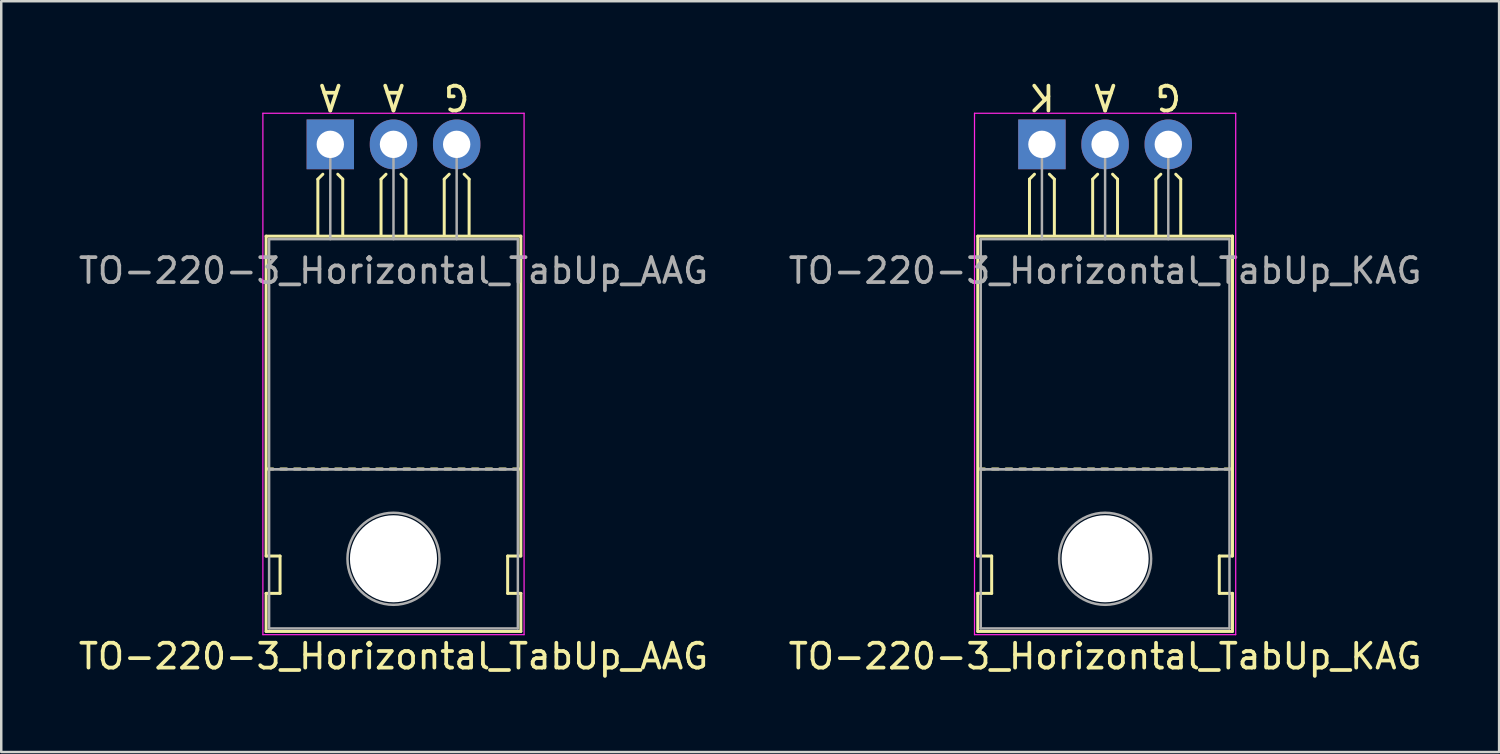
<source format=kicad_pcb>
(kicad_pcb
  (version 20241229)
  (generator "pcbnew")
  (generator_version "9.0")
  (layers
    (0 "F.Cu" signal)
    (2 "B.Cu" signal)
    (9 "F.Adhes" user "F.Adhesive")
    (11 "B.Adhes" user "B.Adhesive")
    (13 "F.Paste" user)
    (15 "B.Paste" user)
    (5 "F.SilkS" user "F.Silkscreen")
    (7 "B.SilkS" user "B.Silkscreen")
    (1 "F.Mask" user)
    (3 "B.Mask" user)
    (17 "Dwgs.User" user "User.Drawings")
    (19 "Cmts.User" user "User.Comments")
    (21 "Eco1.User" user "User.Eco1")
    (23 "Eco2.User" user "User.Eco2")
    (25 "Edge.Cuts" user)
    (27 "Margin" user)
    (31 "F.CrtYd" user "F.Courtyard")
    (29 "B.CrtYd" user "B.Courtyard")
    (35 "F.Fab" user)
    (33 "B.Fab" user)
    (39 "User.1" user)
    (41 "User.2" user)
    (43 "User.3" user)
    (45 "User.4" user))
  (footprint "TO-220-3_Horizontal_TabUp_KAG"
    (layer "F.Cu")
    (at 38.835 2.753)
    (property "Reference" "TO-220-3_Horizontal_TabUp_KAG" (at 2.54 20.58 0) (layer "F.SilkS") (effects (font (size 1 1) (thickness 0.15))))
    (fp_line (start -2.58 16.55) (end -2.58 3.69) (stroke (width 0.12) (type solid)) (layer "F.SilkS"))
    (fp_line (start -2.58 16.55) (end -2.02 16.55) (stroke (width 0.12) (type solid)) (layer "F.SilkS"))
    (fp_line (start -2.58 19.58) (end -2.58 18.05) (stroke (width 0.12) (type solid)) (layer "F.SilkS"))
    (fp_line (start -2.3 13.05) (end -2.55 13.05) (stroke (width 0.12) (type solid)) (layer "F.SilkS"))
    (fp_line (start -2.02 16.55) (end -2.02 18.05) (stroke (width 0.12) (type solid)) (layer "F.SilkS"))
    (fp_line (start -2.02 18.05) (end -2.58 18.05) (stroke (width 0.12) (type solid)) (layer "F.SilkS"))
    (fp_line (start -1.75 13.05) (end -2 13.05) (stroke (width 0.12) (type solid)) (layer "F.SilkS"))
    (fp_line (start -1.2 13.05) (end -1.45 13.05) (stroke (width 0.12) (type solid)) (layer "F.SilkS"))
    (fp_line (start -0.65 13.05) (end -0.9 13.05) (stroke (width 0.12) (type solid)) (layer "F.SilkS"))
    (fp_line (start -0.5 1.4) (end -0.3 1.2) (stroke (width 0.12) (type solid)) (layer "F.SilkS"))
    (fp_line (start -0.5 3.65) (end -0.5 1.4) (stroke (width 0.12) (type solid)) (layer "F.SilkS"))
    (fp_line (start -0.1 13.05) (end -0.35 13.05) (stroke (width 0.12) (type solid)) (layer "F.SilkS"))
    (fp_line (start 0.45 13.05) (end 0.2 13.05) (stroke (width 0.12) (type solid)) (layer "F.SilkS"))
    (fp_line (start 0.5 1.4) (end 0.3 1.2) (stroke (width 0.12) (type solid)) (layer "F.SilkS"))
    (fp_line (start 0.5 3.65) (end 0.5 1.4) (stroke (width 0.12) (type solid)) (layer "F.SilkS"))
    (fp_line (start 1 13.05) (end 0.75 13.05) (stroke (width 0.12) (type solid)) (layer "F.SilkS"))
    (fp_line (start 1.55 13.05) (end 1.3 13.05) (stroke (width 0.12) (type solid)) (layer "F.SilkS"))
    (fp_line (start 2.04 1.4) (end 2.24 1.2) (stroke (width 0.12) (type solid)) (layer "F.SilkS"))
    (fp_line (start 2.04 3.65) (end 2.04 1.4) (stroke (width 0.12) (type solid)) (layer "F.SilkS"))
    (fp_line (start 2.1 13.05) (end 1.85 13.05) (stroke (width 0.12) (type solid)) (layer "F.SilkS"))
    (fp_line (start 2.65 13.05) (end 2.4 13.05) (stroke (width 0.12) (type solid)) (layer "F.SilkS"))
    (fp_line (start 3.04 1.4) (end 2.84 1.2) (stroke (width 0.12) (type solid)) (layer "F.SilkS"))
    (fp_line (start 3.04 3.65) (end 3.04 1.4) (stroke (width 0.12) (type solid)) (layer "F.SilkS"))
    (fp_line (start 3.2 13.05) (end 2.95 13.05) (stroke (width 0.12) (type solid)) (layer "F.SilkS"))
    (fp_line (start 3.75 13.05) (end 3.5 13.05) (stroke (width 0.12) (type solid)) (layer "F.SilkS"))
    (fp_line (start 4.3 13.05) (end 4.05 13.05) (stroke (width 0.12) (type solid)) (layer "F.SilkS"))
    (fp_line (start 4.58 1.4) (end 4.78 1.2) (stroke (width 0.12) (type solid)) (layer "F.SilkS"))
    (fp_line (start 4.58 3.65) (end 4.58 1.4) (stroke (width 0.12) (type solid)) (layer "F.SilkS"))
    (fp_line (start 4.85 13.05) (end 4.6 13.05) (stroke (width 0.12) (type solid)) (layer "F.SilkS"))
    (fp_line (start 5.4 13.05) (end 5.15 13.05) (stroke (width 0.12) (type solid)) (layer "F.SilkS"))
    (fp_line (start 5.58 1.4) (end 5.38 1.2) (stroke (width 0.12) (type solid)) (layer "F.SilkS"))
    (fp_line (start 5.58 3.65) (end 5.58 1.4) (stroke (width 0.12) (type solid)) (layer "F.SilkS"))
    (fp_line (start 5.95 13.05) (end 5.7 13.05) (stroke (width 0.12) (type solid)) (layer "F.SilkS"))
    (fp_line (start 6.5 13.05) (end 6.25 13.05) (stroke (width 0.12) (type solid)) (layer "F.SilkS"))
    (fp_line (start 7.05 13.05) (end 6.8 13.05) (stroke (width 0.12) (type solid)) (layer "F.SilkS"))
    (fp_line (start 7.13 16.55) (end 7.655 16.55) (stroke (width 0.12) (type solid)) (layer "F.SilkS"))
    (fp_line (start 7.13 18.05) (end 7.13 16.55) (stroke (width 0.12) (type solid)) (layer "F.SilkS"))
    (fp_line (start 7.6 13.05) (end 7.35 13.05) (stroke (width 0.12) (type solid)) (layer "F.SilkS"))
    (fp_line (start 7.66 3.69) (end -2.58 3.69) (stroke (width 0.12) (type solid)) (layer "F.SilkS"))
    (fp_line (start 7.66 16.55) (end 7.66 3.69) (stroke (width 0.12) (type solid)) (layer "F.SilkS"))
    (fp_line (start 7.66 18.05) (end 7.13 18.05) (stroke (width 0.12) (type solid)) (layer "F.SilkS"))
    (fp_line (start 7.66 19.58) (end -2.58 19.58) (stroke (width 0.12) (type solid)) (layer "F.SilkS"))
    (fp_line (start 7.66 19.58) (end 7.66 18.05) (stroke (width 0.12) (type solid)) (layer "F.SilkS"))
    (fp_line (start -2.71 -1.25) (end -2.71 19.71) (stroke (width 0.05) (type solid)) (layer "F.CrtYd"))
    (fp_line (start -2.71 19.71) (end 7.79 19.71) (stroke (width 0.05) (type solid)) (layer "F.CrtYd"))
    (fp_line (start 7.79 -1.25) (end -2.71 -1.25) (stroke (width 0.05) (type solid)) (layer "F.CrtYd"))
    (fp_line (start 7.79 19.71) (end 7.79 -1.25) (stroke (width 0.05) (type solid)) (layer "F.CrtYd"))
    (fp_line (start -2.46 3.81) (end -2.46 13.06) (stroke (width 0.1) (type solid)) (layer "F.Fab"))
    (fp_line (start -2.46 13.06) (end -2.46 19.46) (stroke (width 0.1) (type solid)) (layer "F.Fab"))
    (fp_line (start -2.46 13.06) (end 7.54 13.06) (stroke (width 0.1) (type solid)) (layer "F.Fab"))
    (fp_line (start -2.46 19.46) (end 7.54 19.46) (stroke (width 0.1) (type solid)) (layer "F.Fab"))
    (fp_line (start 0 3.81) (end 0 0) (stroke (width 0.1) (type solid)) (layer "F.Fab"))
    (fp_line (start 2.54 3.81) (end 2.54 0) (stroke (width 0.1) (type solid)) (layer "F.Fab"))
    (fp_line (start 5.08 3.81) (end 5.08 0) (stroke (width 0.1) (type solid)) (layer "F.Fab"))
    (fp_line (start 7.54 3.81) (end -2.46 3.81) (stroke (width 0.1) (type solid)) (layer "F.Fab"))
    (fp_line (start 7.54 13.06) (end -2.46 13.06) (stroke (width 0.1) (type solid)) (layer "F.Fab"))
    (fp_line (start 7.54 13.06) (end 7.54 3.81) (stroke (width 0.1) (type solid)) (layer "F.Fab"))
    (fp_line (start 7.54 19.46) (end 7.54 13.06) (stroke (width 0.1) (type solid)) (layer "F.Fab"))
    (fp_circle (center 2.54 16.66) (end 4.39 16.66) (stroke (width 0.1) (type solid)) (fill no) (layer "F.Fab"))
    (fp_text user "A" (at 2.54 -1.905 180) (unlocked yes) (layer "F.SilkS") (effects (font (size 1 1) (thickness 0.15))))
    (fp_text user "K" (at 0 -1.905 180) (unlocked yes) (layer "F.SilkS") (effects (font (size 1 1) (thickness 0.15))))
    (fp_text user "G" (at 5.08 -1.905 180) (unlocked yes) (layer "F.SilkS") (effects (font (size 1 1) (thickness 0.15))))
    (fp_text user "${REFERENCE}" (at 2.54 5.08 0) (layer "F.Fab") (effects (font (size 1 1) (thickness 0.15))))
    (pad "" np_thru_hole oval (at 2.54 16.66) (size 3.5 3.5) (drill 3.5) (layers "*.Cu" "*.Mask"))
    (pad "1" thru_hole rect (at 0 0) (size 1.905 2) (drill 1.1) (layers "*.Cu" "*.Mask"))
    (pad "2" thru_hole oval (at 2.54 0) (size 1.905 2) (drill 1.1) (layers "*.Cu" "*.Mask"))
    (pad "3" thru_hole oval (at 5.08 0) (size 1.905 2) (drill 1.1) (layers "*.Cu" "*.Mask")))
  (footprint "TO-220-3_Horizontal_TabUp_AAG"
    (layer "F.Cu")
    (at 10.228 2.753)
    (property "Reference" "TO-220-3_Horizontal_TabUp_AAG" (at 2.54 20.58 0) (layer "F.SilkS") (effects (font (size 1 1) (thickness 0.15))))
    (fp_line (start -2.58 16.55) (end -2.58 3.69) (stroke (width 0.12) (type solid)) (layer "F.SilkS"))
    (fp_line (start -2.58 16.55) (end -2.02 16.55) (stroke (width 0.12) (type solid)) (layer "F.SilkS"))
    (fp_line (start -2.58 19.58) (end -2.58 18.05) (stroke (width 0.12) (type solid)) (layer "F.SilkS"))
    (fp_line (start -2.3 13.05) (end -2.55 13.05) (stroke (width 0.12) (type solid)) (layer "F.SilkS"))
    (fp_line (start -2.02 16.55) (end -2.02 18.05) (stroke (width 0.12) (type solid)) (layer "F.SilkS"))
    (fp_line (start -2.02 18.05) (end -2.58 18.05) (stroke (width 0.12) (type solid)) (layer "F.SilkS"))
    (fp_line (start -1.75 13.05) (end -2 13.05) (stroke (width 0.12) (type solid)) (layer "F.SilkS"))
    (fp_line (start -1.2 13.05) (end -1.45 13.05) (stroke (width 0.12) (type solid)) (layer "F.SilkS"))
    (fp_line (start -0.65 13.05) (end -0.9 13.05) (stroke (width 0.12) (type solid)) (layer "F.SilkS"))
    (fp_line (start -0.5 1.4) (end -0.3 1.2) (stroke (width 0.12) (type solid)) (layer "F.SilkS"))
    (fp_line (start -0.5 3.65) (end -0.5 1.4) (stroke (width 0.12) (type solid)) (layer "F.SilkS"))
    (fp_line (start -0.1 13.05) (end -0.35 13.05) (stroke (width 0.12) (type solid)) (layer "F.SilkS"))
    (fp_line (start 0.45 13.05) (end 0.2 13.05) (stroke (width 0.12) (type solid)) (layer "F.SilkS"))
    (fp_line (start 0.5 1.4) (end 0.3 1.2) (stroke (width 0.12) (type solid)) (layer "F.SilkS"))
    (fp_line (start 0.5 3.65) (end 0.5 1.4) (stroke (width 0.12) (type solid)) (layer "F.SilkS"))
    (fp_line (start 1 13.05) (end 0.75 13.05) (stroke (width 0.12) (type solid)) (layer "F.SilkS"))
    (fp_line (start 1.55 13.05) (end 1.3 13.05) (stroke (width 0.12) (type solid)) (layer "F.SilkS"))
    (fp_line (start 2.04 1.4) (end 2.24 1.2) (stroke (width 0.12) (type solid)) (layer "F.SilkS"))
    (fp_line (start 2.04 3.65) (end 2.04 1.4) (stroke (width 0.12) (type solid)) (layer "F.SilkS"))
    (fp_line (start 2.1 13.05) (end 1.85 13.05) (stroke (width 0.12) (type solid)) (layer "F.SilkS"))
    (fp_line (start 2.65 13.05) (end 2.4 13.05) (stroke (width 0.12) (type solid)) (layer "F.SilkS"))
    (fp_line (start 3.04 1.4) (end 2.84 1.2) (stroke (width 0.12) (type solid)) (layer "F.SilkS"))
    (fp_line (start 3.04 3.65) (end 3.04 1.4) (stroke (width 0.12) (type solid)) (layer "F.SilkS"))
    (fp_line (start 3.2 13.05) (end 2.95 13.05) (stroke (width 0.12) (type solid)) (layer "F.SilkS"))
    (fp_line (start 3.75 13.05) (end 3.5 13.05) (stroke (width 0.12) (type solid)) (layer "F.SilkS"))
    (fp_line (start 4.3 13.05) (end 4.05 13.05) (stroke (width 0.12) (type solid)) (layer "F.SilkS"))
    (fp_line (start 4.58 1.4) (end 4.78 1.2) (stroke (width 0.12) (type solid)) (layer "F.SilkS"))
    (fp_line (start 4.58 3.65) (end 4.58 1.4) (stroke (width 0.12) (type solid)) (layer "F.SilkS"))
    (fp_line (start 4.85 13.05) (end 4.6 13.05) (stroke (width 0.12) (type solid)) (layer "F.SilkS"))
    (fp_line (start 5.4 13.05) (end 5.15 13.05) (stroke (width 0.12) (type solid)) (layer "F.SilkS"))
    (fp_line (start 5.58 1.4) (end 5.38 1.2) (stroke (width 0.12) (type solid)) (layer "F.SilkS"))
    (fp_line (start 5.58 3.65) (end 5.58 1.4) (stroke (width 0.12) (type solid)) (layer "F.SilkS"))
    (fp_line (start 5.95 13.05) (end 5.7 13.05) (stroke (width 0.12) (type solid)) (layer "F.SilkS"))
    (fp_line (start 6.5 13.05) (end 6.25 13.05) (stroke (width 0.12) (type solid)) (layer "F.SilkS"))
    (fp_line (start 7.05 13.05) (end 6.8 13.05) (stroke (width 0.12) (type solid)) (layer "F.SilkS"))
    (fp_line (start 7.13 16.55) (end 7.655 16.55) (stroke (width 0.12) (type solid)) (layer "F.SilkS"))
    (fp_line (start 7.13 18.05) (end 7.13 16.55) (stroke (width 0.12) (type solid)) (layer "F.SilkS"))
    (fp_line (start 7.6 13.05) (end 7.35 13.05) (stroke (width 0.12) (type solid)) (layer "F.SilkS"))
    (fp_line (start 7.66 3.69) (end -2.58 3.69) (stroke (width 0.12) (type solid)) (layer "F.SilkS"))
    (fp_line (start 7.66 16.55) (end 7.66 3.69) (stroke (width 0.12) (type solid)) (layer "F.SilkS"))
    (fp_line (start 7.66 18.05) (end 7.13 18.05) (stroke (width 0.12) (type solid)) (layer "F.SilkS"))
    (fp_line (start 7.66 19.58) (end -2.58 19.58) (stroke (width 0.12) (type solid)) (layer "F.SilkS"))
    (fp_line (start 7.66 19.58) (end 7.66 18.05) (stroke (width 0.12) (type solid)) (layer "F.SilkS"))
    (fp_line (start -2.71 -1.25) (end -2.71 19.71) (stroke (width 0.05) (type solid)) (layer "F.CrtYd"))
    (fp_line (start -2.71 19.71) (end 7.79 19.71) (stroke (width 0.05) (type solid)) (layer "F.CrtYd"))
    (fp_line (start 7.79 -1.25) (end -2.71 -1.25) (stroke (width 0.05) (type solid)) (layer "F.CrtYd"))
    (fp_line (start 7.79 19.71) (end 7.79 -1.25) (stroke (width 0.05) (type solid)) (layer "F.CrtYd"))
    (fp_line (start -2.46 3.81) (end -2.46 13.06) (stroke (width 0.1) (type solid)) (layer "F.Fab"))
    (fp_line (start -2.46 13.06) (end -2.46 19.46) (stroke (width 0.1) (type solid)) (layer "F.Fab"))
    (fp_line (start -2.46 13.06) (end 7.54 13.06) (stroke (width 0.1) (type solid)) (layer "F.Fab"))
    (fp_line (start -2.46 19.46) (end 7.54 19.46) (stroke (width 0.1) (type solid)) (layer "F.Fab"))
    (fp_line (start 0 3.81) (end 0 0) (stroke (width 0.1) (type solid)) (layer "F.Fab"))
    (fp_line (start 2.54 3.81) (end 2.54 0) (stroke (width 0.1) (type solid)) (layer "F.Fab"))
    (fp_line (start 5.08 3.81) (end 5.08 0) (stroke (width 0.1) (type solid)) (layer "F.Fab"))
    (fp_line (start 7.54 3.81) (end -2.46 3.81) (stroke (width 0.1) (type solid)) (layer "F.Fab"))
    (fp_line (start 7.54 13.06) (end -2.46 13.06) (stroke (width 0.1) (type solid)) (layer "F.Fab"))
    (fp_line (start 7.54 13.06) (end 7.54 3.81) (stroke (width 0.1) (type solid)) (layer "F.Fab"))
    (fp_line (start 7.54 19.46) (end 7.54 13.06) (stroke (width 0.1) (type solid)) (layer "F.Fab"))
    (fp_circle (center 2.54 16.66) (end 4.39 16.66) (stroke (width 0.1) (type solid)) (fill no) (layer "F.Fab"))
    (fp_text user "G" (at 5.08 -1.905 180) (unlocked yes) (layer "F.SilkS") (effects (font (size 1 1) (thickness 0.15))))
    (fp_text user "A" (at 0 -1.905 180) (unlocked yes) (layer "F.SilkS") (effects (font (size 1 1) (thickness 0.15))))
    (fp_text user "A" (at 2.54 -1.905 180) (unlocked yes) (layer "F.SilkS") (effects (font (size 1 1) (thickness 0.15))))
    (fp_text user "${REFERENCE}" (at 2.54 5.08 0) (layer "F.Fab") (effects (font (size 1 1) (thickness 0.15))))
    (pad "" np_thru_hole oval (at 2.54 16.66) (size 3.5 3.5) (drill 3.5) (layers "*.Cu" "*.Mask"))
    (pad "1" thru_hole rect (at 0 0) (size 1.905 2) (drill 1.1) (layers "*.Cu" "*.Mask"))
    (pad "2" thru_hole oval (at 2.54 0) (size 1.905 2) (drill 1.1) (layers "*.Cu" "*.Mask"))
    (pad "3" thru_hole oval (at 5.08 0) (size 1.905 2) (drill 1.1) (layers "*.Cu" "*.Mask")))
  (gr_rect
    (start -3 -3)
    (end 57.214 27.181)
    (stroke (width 0.1) (type default))
    (fill no)
    (layer "Edge.Cuts")))
</source>
